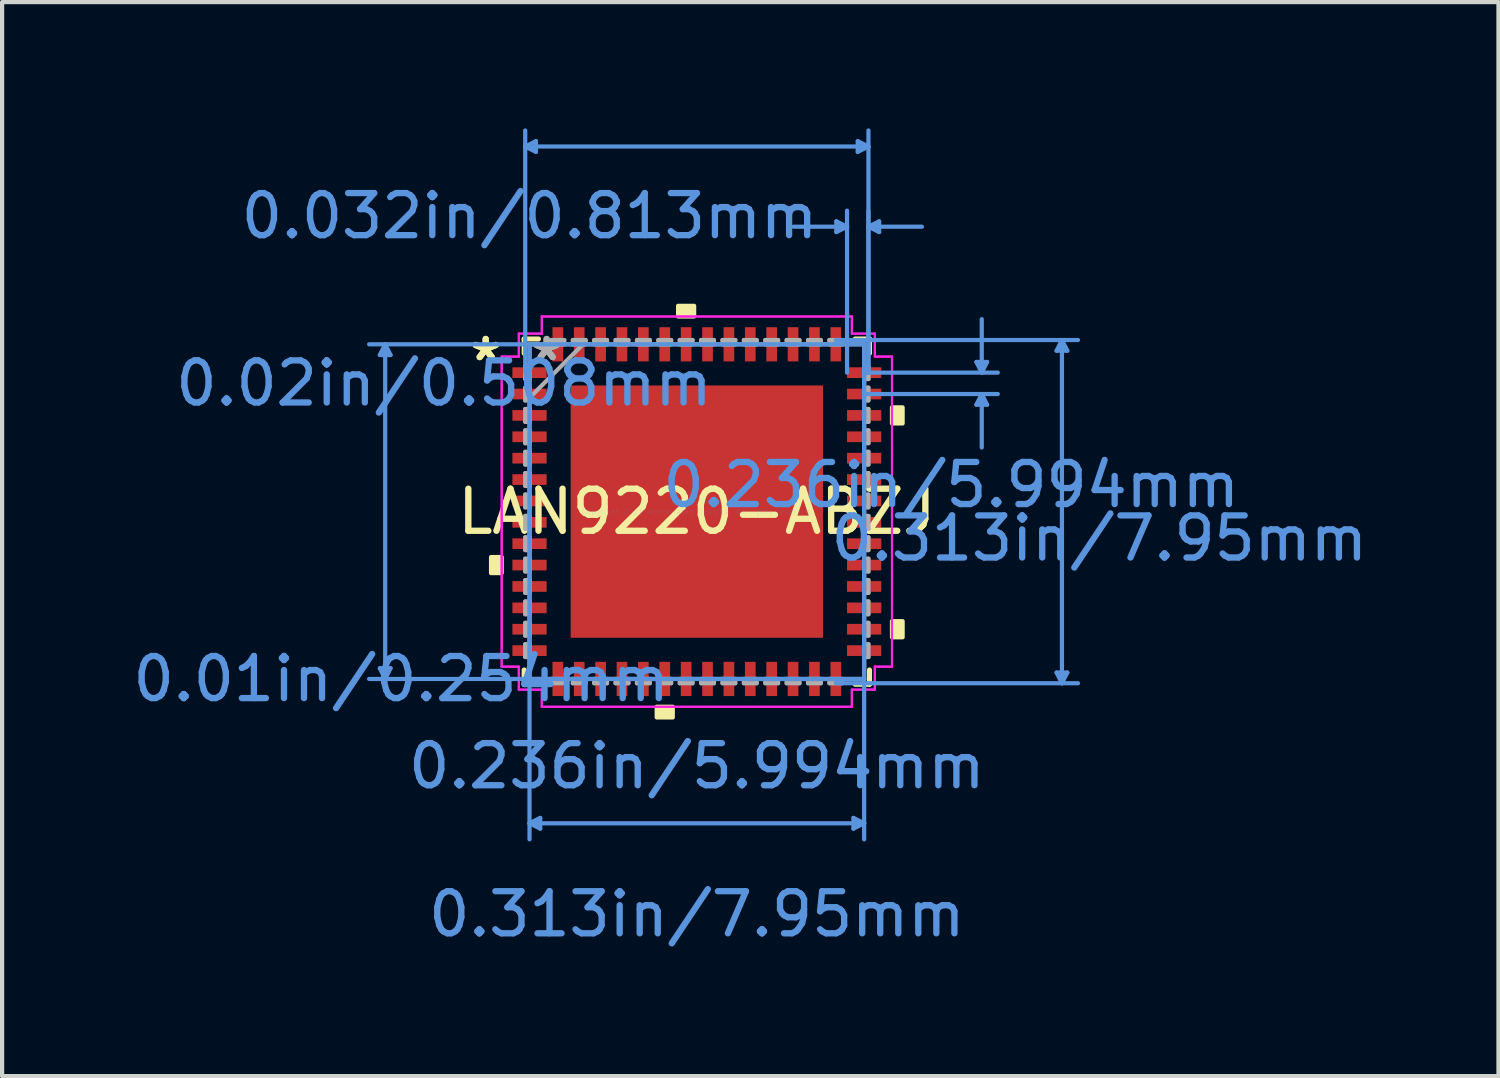
<source format=kicad_pcb>
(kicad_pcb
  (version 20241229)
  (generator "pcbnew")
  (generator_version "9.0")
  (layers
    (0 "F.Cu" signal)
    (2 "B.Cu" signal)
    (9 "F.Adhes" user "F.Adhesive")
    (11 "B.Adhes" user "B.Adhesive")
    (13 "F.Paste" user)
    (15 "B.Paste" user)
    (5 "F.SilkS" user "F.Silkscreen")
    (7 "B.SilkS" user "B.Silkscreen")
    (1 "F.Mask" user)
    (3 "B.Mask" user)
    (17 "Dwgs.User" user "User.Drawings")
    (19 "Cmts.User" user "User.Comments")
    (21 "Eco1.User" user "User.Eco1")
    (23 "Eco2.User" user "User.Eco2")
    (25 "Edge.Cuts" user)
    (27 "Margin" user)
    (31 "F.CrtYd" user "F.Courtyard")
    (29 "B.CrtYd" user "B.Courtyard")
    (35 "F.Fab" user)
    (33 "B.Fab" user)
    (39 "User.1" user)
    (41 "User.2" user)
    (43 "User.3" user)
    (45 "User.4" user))
  (footprint "LAN9220-ABZJ"
    (layer "F.Cu")
    (at 13.505 9.105)
    (property "Reference" "LAN9220-ABZJ" (at 0 0 0) (layer "F.SilkS") (effects (font (size 1 1) (thickness 0.15))))
    (attr through_hole)
    (fp_poly (pts (xy -3.061 -3.061) (xy -2.562 -3.061) (xy -2.562 3.061) (xy -3.061 3.061)) (stroke (width 0.1) (type solid)) (fill yes) (layer "F.Mask"))
    (fp_poly (pts (xy -3.061 -3.061) (xy 3.061 -3.061) (xy 3.061 -2.562) (xy -3.061 -2.562)) (stroke (width 0.1) (type solid)) (fill yes) (layer "F.Mask"))
    (fp_poly (pts (xy -3.061 -2.162) (xy 3.061 -2.162) (xy 3.061 -1.775) (xy -3.061 -1.775)) (stroke (width 0.1) (type solid)) (fill yes) (layer "F.Mask"))
    (fp_poly (pts (xy -3.061 -1.375) (xy 3.061 -1.375) (xy 3.061 -0.987) (xy -3.061 -0.987)) (stroke (width 0.1) (type solid)) (fill yes) (layer "F.Mask"))
    (fp_poly (pts (xy -3.061 -0.587) (xy 3.061 -0.587) (xy 3.061 -0.2) (xy -3.061 -0.2)) (stroke (width 0.1) (type solid)) (fill yes) (layer "F.Mask"))
    (fp_poly (pts (xy -3.061 0.2) (xy 3.061 0.2) (xy 3.061 0.587) (xy -3.061 0.587)) (stroke (width 0.1) (type solid)) (fill yes) (layer "F.Mask"))
    (fp_poly (pts (xy -3.061 0.987) (xy 3.061 0.987) (xy 3.061 1.375) (xy -3.061 1.375)) (stroke (width 0.1) (type solid)) (fill yes) (layer "F.Mask"))
    (fp_poly (pts (xy -3.061 1.775) (xy 3.061 1.775) (xy 3.061 2.162) (xy -3.061 2.162)) (stroke (width 0.1) (type solid)) (fill yes) (layer "F.Mask"))
    (fp_poly (pts (xy -3.061 2.562) (xy 3.061 2.562) (xy 3.061 3.061) (xy -3.061 3.061)) (stroke (width 0.1) (type solid)) (fill yes) (layer "F.Mask"))
    (fp_poly (pts (xy -1.775 -3.061) (xy -2.162 -3.061) (xy -2.162 3.061) (xy -1.775 3.061)) (stroke (width 0.1) (type solid)) (fill yes) (layer "F.Mask"))
    (fp_poly (pts (xy -0.987 -3.061) (xy -1.375 -3.061) (xy -1.375 3.061) (xy -0.987 3.061)) (stroke (width 0.1) (type solid)) (fill yes) (layer "F.Mask"))
    (fp_poly (pts (xy -0.2 -3.061) (xy -0.587 -3.061) (xy -0.587 3.061) (xy -0.2 3.061)) (stroke (width 0.1) (type solid)) (fill yes) (layer "F.Mask"))
    (fp_poly (pts (xy 0.587 -3.061) (xy 0.2 -3.061) (xy 0.2 3.061) (xy 0.587 3.061)) (stroke (width 0.1) (type solid)) (fill yes) (layer "F.Mask"))
    (fp_poly (pts (xy 1.375 -3.061) (xy 0.987 -3.061) (xy 0.987 3.061) (xy 1.375 3.061)) (stroke (width 0.1) (type solid)) (fill yes) (layer "F.Mask"))
    (fp_poly (pts (xy 2.162 -3.061) (xy 1.775 -3.061) (xy 1.775 3.061) (xy 2.162 3.061)) (stroke (width 0.1) (type solid)) (fill yes) (layer "F.Mask"))
    (fp_poly (pts (xy 2.562 -3.061) (xy 3.061 -3.061) (xy 3.061 3.061) (xy 2.562 3.061)) (stroke (width 0.1) (type solid)) (fill yes) (layer "F.Mask"))
    (fp_line (start -4.102 -4.102) (end -4.102 -3.762) (stroke (width 0.12) (type solid)) (layer "F.SilkS"))
    (fp_line (start -4.102 3.762) (end -4.102 4.102) (stroke (width 0.12) (type solid)) (layer "F.SilkS"))
    (fp_line (start -4.102 4.102) (end -3.762 4.102) (stroke (width 0.12) (type solid)) (layer "F.SilkS"))
    (fp_line (start -3.762 -4.102) (end -4.102 -4.102) (stroke (width 0.12) (type solid)) (layer "F.SilkS"))
    (fp_line (start 3.762 4.102) (end 4.102 4.102) (stroke (width 0.12) (type solid)) (layer "F.SilkS"))
    (fp_line (start 4.102 -4.102) (end 3.762 -4.102) (stroke (width 0.12) (type solid)) (layer "F.SilkS"))
    (fp_line (start 4.102 -3.762) (end 4.102 -4.102) (stroke (width 0.12) (type solid)) (layer "F.SilkS"))
    (fp_line (start 4.102 4.102) (end 4.102 3.762) (stroke (width 0.12) (type solid)) (layer "F.SilkS"))
    (fp_poly (pts (xy -4.889 1.079) (xy -4.889 1.46) (xy -4.636 1.46) (xy -4.636 1.079)) (stroke (width 0.1) (type solid)) (fill yes) (layer "F.SilkS"))
    (fp_poly (pts (xy -0.953 4.636) (xy -0.953 4.889) (xy -0.572 4.889) (xy -0.572 4.636)) (stroke (width 0.1) (type solid)) (fill yes) (layer "F.SilkS"))
    (fp_poly (pts (xy -0.445 -4.636) (xy -0.445 -4.889) (xy -0.064 -4.889) (xy -0.064 -4.636)) (stroke (width 0.1) (type solid)) (fill yes) (layer "F.SilkS"))
    (fp_poly (pts (xy 4.889 -2.477) (xy 4.889 -2.095) (xy 4.636 -2.095) (xy 4.636 -2.477)) (stroke (width 0.1) (type solid)) (fill yes) (layer "F.SilkS"))
    (fp_poly (pts (xy 4.889 2.603) (xy 4.889 2.985) (xy 4.636 2.985) (xy 4.636 2.603)) (stroke (width 0.1) (type solid)) (fill yes) (layer "F.SilkS"))
    (fp_poly (pts (xy -2.922 -2.922) (xy -2.922 -2.462) (xy -2.604 -2.462) (xy -2.462 -2.604) (xy -2.462 -2.922)) (stroke (width 0.1) (type solid)) (fill yes) (layer "F.Paste"))
    (fp_poly (pts (xy -2.922 2.462) (xy -2.922 2.922) (xy -2.462 2.922) (xy -2.462 2.604) (xy -2.604 2.462)) (stroke (width 0.1) (type solid)) (fill yes) (layer "F.Paste"))
    (fp_poly (pts (xy 2.462 -2.922) (xy 2.462 -2.604) (xy 2.604 -2.462) (xy 2.922 -2.462) (xy 2.922 -2.922)) (stroke (width 0.1) (type solid)) (fill yes) (layer "F.Paste"))
    (fp_poly (pts (xy 2.604 2.462) (xy 2.462 2.604) (xy 2.462 2.922) (xy 2.922 2.922) (xy 2.922 2.462)) (stroke (width 0.1) (type solid)) (fill yes) (layer "F.Paste"))
    (fp_poly (pts (xy -2.922 -2.262) (xy -2.922 -1.675) (xy -2.604 -1.675) (xy -2.462 -1.816) (xy -2.462 -2.121) (xy -2.604 -2.262)) (stroke (width 0.1) (type solid)) (fill yes) (layer "F.Paste"))
    (fp_poly (pts (xy -2.922 -1.475) (xy -2.922 -0.887) (xy -2.604 -0.887) (xy -2.462 -1.029) (xy -2.462 -1.333) (xy -2.604 -1.475)) (stroke (width 0.1) (type solid)) (fill yes) (layer "F.Paste"))
    (fp_poly (pts (xy -2.922 -0.687) (xy -2.922 -0.1) (xy -2.604 -0.1) (xy -2.462 -0.241) (xy -2.462 -0.546) (xy -2.604 -0.687)) (stroke (width 0.1) (type solid)) (fill yes) (layer "F.Paste"))
    (fp_poly (pts (xy -2.922 0.1) (xy -2.922 0.687) (xy -2.604 0.687) (xy -2.462 0.546) (xy -2.462 0.241) (xy -2.604 0.1)) (stroke (width 0.1) (type solid)) (fill yes) (layer "F.Paste"))
    (fp_poly (pts (xy -2.922 0.887) (xy -2.922 1.475) (xy -2.604 1.475) (xy -2.462 1.333) (xy -2.462 1.029) (xy -2.604 0.887)) (stroke (width 0.1) (type solid)) (fill yes) (layer "F.Paste"))
    (fp_poly (pts (xy -2.922 1.675) (xy -2.922 2.262) (xy -2.604 2.262) (xy -2.462 2.121) (xy -2.462 1.816) (xy -2.604 1.675)) (stroke (width 0.1) (type solid)) (fill yes) (layer "F.Paste"))
    (fp_poly (pts (xy -2.262 -2.922) (xy -2.262 -2.604) (xy -2.121 -2.462) (xy -1.816 -2.462) (xy -1.675 -2.604) (xy -1.675 -2.922)) (stroke (width 0.1) (type solid)) (fill yes) (layer "F.Paste"))
    (fp_poly (pts (xy -2.121 2.462) (xy -2.262 2.604) (xy -2.262 2.922) (xy -1.675 2.922) (xy -1.675 2.604) (xy -1.816 2.462)) (stroke (width 0.1) (type solid)) (fill yes) (layer "F.Paste"))
    (fp_poly (pts (xy -1.475 -2.922) (xy -1.475 -2.604) (xy -1.333 -2.462) (xy -1.029 -2.462) (xy -0.887 -2.604) (xy -0.887 -2.922)) (stroke (width 0.1) (type solid)) (fill yes) (layer "F.Paste"))
    (fp_poly (pts (xy -1.333 2.462) (xy -1.475 2.604) (xy -1.475 2.922) (xy -0.887 2.922) (xy -0.887 2.604) (xy -1.029 2.462)) (stroke (width 0.1) (type solid)) (fill yes) (layer "F.Paste"))
    (fp_poly (pts (xy -0.687 -2.922) (xy -0.687 -2.604) (xy -0.546 -2.462) (xy -0.241 -2.462) (xy -0.1 -2.604) (xy -0.1 -2.922)) (stroke (width 0.1) (type solid)) (fill yes) (layer "F.Paste"))
    (fp_poly (pts (xy -0.546 2.462) (xy -0.687 2.604) (xy -0.687 2.922) (xy -0.1 2.922) (xy -0.1 2.604) (xy -0.241 2.462)) (stroke (width 0.1) (type solid)) (fill yes) (layer "F.Paste"))
    (fp_poly (pts (xy 0.1 -2.922) (xy 0.1 -2.604) (xy 0.241 -2.462) (xy 0.546 -2.462) (xy 0.687 -2.604) (xy 0.687 -2.922)) (stroke (width 0.1) (type solid)) (fill yes) (layer "F.Paste"))
    (fp_poly (pts (xy 0.241 2.462) (xy 0.1 2.604) (xy 0.1 2.922) (xy 0.687 2.922) (xy 0.687 2.604) (xy 0.546 2.462)) (stroke (width 0.1) (type solid)) (fill yes) (layer "F.Paste"))
    (fp_poly (pts (xy 0.887 -2.922) (xy 0.887 -2.604) (xy 1.029 -2.462) (xy 1.333 -2.462) (xy 1.475 -2.604) (xy 1.475 -2.922)) (stroke (width 0.1) (type solid)) (fill yes) (layer "F.Paste"))
    (fp_poly (pts (xy 1.029 2.462) (xy 0.887 2.604) (xy 0.887 2.922) (xy 1.475 2.922) (xy 1.475 2.604) (xy 1.333 2.462)) (stroke (width 0.1) (type solid)) (fill yes) (layer "F.Paste"))
    (fp_poly (pts (xy 1.675 -2.922) (xy 1.675 -2.604) (xy 1.816 -2.462) (xy 2.121 -2.462) (xy 2.262 -2.604) (xy 2.262 -2.922)) (stroke (width 0.1) (type solid)) (fill yes) (layer "F.Paste"))
    (fp_poly (pts (xy 1.816 2.462) (xy 1.675 2.604) (xy 1.675 2.922) (xy 2.262 2.922) (xy 2.262 2.604) (xy 2.121 2.462)) (stroke (width 0.1) (type solid)) (fill yes) (layer "F.Paste"))
    (fp_poly (pts (xy 2.604 -2.262) (xy 2.462 -2.121) (xy 2.462 -1.816) (xy 2.604 -1.675) (xy 2.922 -1.675) (xy 2.922 -2.262)) (stroke (width 0.1) (type solid)) (fill yes) (layer "F.Paste"))
    (fp_poly (pts (xy 2.604 -1.475) (xy 2.462 -1.333) (xy 2.462 -1.029) (xy 2.604 -0.887) (xy 2.922 -0.887) (xy 2.922 -1.475)) (stroke (width 0.1) (type solid)) (fill yes) (layer "F.Paste"))
    (fp_poly (pts (xy 2.604 -0.687) (xy 2.462 -0.546) (xy 2.462 -0.241) (xy 2.604 -0.1) (xy 2.922 -0.1) (xy 2.922 -0.687)) (stroke (width 0.1) (type solid)) (fill yes) (layer "F.Paste"))
    (fp_poly (pts (xy 2.604 0.1) (xy 2.462 0.241) (xy 2.462 0.546) (xy 2.604 0.687) (xy 2.922 0.687) (xy 2.922 0.1)) (stroke (width 0.1) (type solid)) (fill yes) (layer "F.Paste"))
    (fp_poly (pts (xy 2.604 0.887) (xy 2.462 1.029) (xy 2.462 1.333) (xy 2.604 1.475) (xy 2.922 1.475) (xy 2.922 0.887)) (stroke (width 0.1) (type solid)) (fill yes) (layer "F.Paste"))
    (fp_poly (pts (xy 2.604 1.675) (xy 2.462 1.816) (xy 2.462 2.121) (xy 2.604 2.262) (xy 2.922 2.262) (xy 2.922 1.675)) (stroke (width 0.1) (type solid)) (fill yes) (layer "F.Paste"))
    (fp_poly (pts (xy -2.121 -2.262) (xy -2.262 -2.121) (xy -2.262 -1.816) (xy -2.121 -1.675) (xy -1.816 -1.675) (xy -1.675 -1.816) (xy -1.675 -2.121) (xy -1.816 -2.262)) (stroke (width 0.1) (type solid)) (fill yes) (layer "F.Paste"))
    (fp_poly (pts (xy -2.121 -1.475) (xy -2.262 -1.333) (xy -2.262 -1.029) (xy -2.121 -0.887) (xy -1.816 -0.887) (xy -1.675 -1.029) (xy -1.675 -1.333) (xy -1.816 -1.475)) (stroke (width 0.1) (type solid)) (fill yes) (layer "F.Paste"))
    (fp_poly (pts (xy -2.121 -0.687) (xy -2.262 -0.546) (xy -2.262 -0.241) (xy -2.121 -0.1) (xy -1.816 -0.1) (xy -1.675 -0.241) (xy -1.675 -0.546) (xy -1.816 -0.687)) (stroke (width 0.1) (type solid)) (fill yes) (layer "F.Paste"))
    (fp_poly (pts (xy -2.121 0.1) (xy -2.262 0.241) (xy -2.262 0.546) (xy -2.121 0.687) (xy -1.816 0.687) (xy -1.675 0.546) (xy -1.675 0.241) (xy -1.816 0.1)) (stroke (width 0.1) (type solid)) (fill yes) (layer "F.Paste"))
    (fp_poly (pts (xy -2.121 0.887) (xy -2.262 1.029) (xy -2.262 1.333) (xy -2.121 1.475) (xy -1.816 1.475) (xy -1.675 1.333) (xy -1.675 1.029) (xy -1.816 0.887)) (stroke (width 0.1) (type solid)) (fill yes) (layer "F.Paste"))
    (fp_poly (pts (xy -2.121 1.675) (xy -2.262 1.816) (xy -2.262 2.121) (xy -2.121 2.262) (xy -1.816 2.262) (xy -1.675 2.121) (xy -1.675 1.816) (xy -1.816 1.675)) (stroke (width 0.1) (type solid)) (fill yes) (layer "F.Paste"))
    (fp_poly (pts (xy -1.333 -2.262) (xy -1.475 -2.121) (xy -1.475 -1.816) (xy -1.333 -1.675) (xy -1.029 -1.675) (xy -0.887 -1.816) (xy -0.887 -2.121) (xy -1.029 -2.262)) (stroke (width 0.1) (type solid)) (fill yes) (layer "F.Paste"))
    (fp_poly (pts (xy -1.333 -1.475) (xy -1.475 -1.333) (xy -1.475 -1.029) (xy -1.333 -0.887) (xy -1.029 -0.887) (xy -0.887 -1.029) (xy -0.887 -1.333) (xy -1.029 -1.475)) (stroke (width 0.1) (type solid)) (fill yes) (layer "F.Paste"))
    (fp_poly (pts (xy -1.333 -0.687) (xy -1.475 -0.546) (xy -1.475 -0.241) (xy -1.333 -0.1) (xy -1.029 -0.1) (xy -0.887 -0.241) (xy -0.887 -0.546) (xy -1.029 -0.687)) (stroke (width 0.1) (type solid)) (fill yes) (layer "F.Paste"))
    (fp_poly (pts (xy -1.333 0.1) (xy -1.475 0.241) (xy -1.475 0.546) (xy -1.333 0.687) (xy -1.029 0.687) (xy -0.887 0.546) (xy -0.887 0.241) (xy -1.029 0.1)) (stroke (width 0.1) (type solid)) (fill yes) (layer "F.Paste"))
    (fp_poly (pts (xy -1.333 0.887) (xy -1.475 1.029) (xy -1.475 1.333) (xy -1.333 1.475) (xy -1.029 1.475) (xy -0.887 1.333) (xy -0.887 1.029) (xy -1.029 0.887)) (stroke (width 0.1) (type solid)) (fill yes) (layer "F.Paste"))
    (fp_poly (pts (xy -1.333 1.675) (xy -1.475 1.816) (xy -1.475 2.121) (xy -1.333 2.262) (xy -1.029 2.262) (xy -0.887 2.121) (xy -0.887 1.816) (xy -1.029 1.675)) (stroke (width 0.1) (type solid)) (fill yes) (layer "F.Paste"))
    (fp_poly (pts (xy -0.546 -2.262) (xy -0.687 -2.121) (xy -0.687 -1.816) (xy -0.546 -1.675) (xy -0.241 -1.675) (xy -0.1 -1.816) (xy -0.1 -2.121) (xy -0.241 -2.262)) (stroke (width 0.1) (type solid)) (fill yes) (layer "F.Paste"))
    (fp_poly (pts (xy -0.546 -1.475) (xy -0.687 -1.333) (xy -0.687 -1.029) (xy -0.546 -0.887) (xy -0.241 -0.887) (xy -0.1 -1.029) (xy -0.1 -1.333) (xy -0.241 -1.475)) (stroke (width 0.1) (type solid)) (fill yes) (layer "F.Paste"))
    (fp_poly (pts (xy -0.546 -0.687) (xy -0.687 -0.546) (xy -0.687 -0.241) (xy -0.546 -0.1) (xy -0.241 -0.1) (xy -0.1 -0.241) (xy -0.1 -0.546) (xy -0.241 -0.687)) (stroke (width 0.1) (type solid)) (fill yes) (layer "F.Paste"))
    (fp_poly (pts (xy -0.546 0.1) (xy -0.687 0.241) (xy -0.687 0.546) (xy -0.546 0.687) (xy -0.241 0.687) (xy -0.1 0.546) (xy -0.1 0.241) (xy -0.241 0.1)) (stroke (width 0.1) (type solid)) (fill yes) (layer "F.Paste"))
    (fp_poly (pts (xy -0.546 0.887) (xy -0.687 1.029) (xy -0.687 1.333) (xy -0.546 1.475) (xy -0.241 1.475) (xy -0.1 1.333) (xy -0.1 1.029) (xy -0.241 0.887)) (stroke (width 0.1) (type solid)) (fill yes) (layer "F.Paste"))
    (fp_poly (pts (xy -0.546 1.675) (xy -0.687 1.816) (xy -0.687 2.121) (xy -0.546 2.262) (xy -0.241 2.262) (xy -0.1 2.121) (xy -0.1 1.816) (xy -0.241 1.675)) (stroke (width 0.1) (type solid)) (fill yes) (layer "F.Paste"))
    (fp_poly (pts (xy 0.241 -2.262) (xy 0.1 -2.121) (xy 0.1 -1.816) (xy 0.241 -1.675) (xy 0.546 -1.675) (xy 0.687 -1.816) (xy 0.687 -2.121) (xy 0.546 -2.262)) (stroke (width 0.1) (type solid)) (fill yes) (layer "F.Paste"))
    (fp_poly (pts (xy 0.241 -1.475) (xy 0.1 -1.333) (xy 0.1 -1.029) (xy 0.241 -0.887) (xy 0.546 -0.887) (xy 0.687 -1.029) (xy 0.687 -1.333) (xy 0.546 -1.475)) (stroke (width 0.1) (type solid)) (fill yes) (layer "F.Paste"))
    (fp_poly (pts (xy 0.241 -0.687) (xy 0.1 -0.546) (xy 0.1 -0.241) (xy 0.241 -0.1) (xy 0.546 -0.1) (xy 0.687 -0.241) (xy 0.687 -0.546) (xy 0.546 -0.687)) (stroke (width 0.1) (type solid)) (fill yes) (layer "F.Paste"))
    (fp_poly (pts (xy 0.241 0.1) (xy 0.1 0.241) (xy 0.1 0.546) (xy 0.241 0.687) (xy 0.546 0.687) (xy 0.687 0.546) (xy 0.687 0.241) (xy 0.546 0.1)) (stroke (width 0.1) (type solid)) (fill yes) (layer "F.Paste"))
    (fp_poly (pts (xy 0.241 0.887) (xy 0.1 1.029) (xy 0.1 1.333) (xy 0.241 1.475) (xy 0.546 1.475) (xy 0.687 1.333) (xy 0.687 1.029) (xy 0.546 0.887)) (stroke (width 0.1) (type solid)) (fill yes) (layer "F.Paste"))
    (fp_poly (pts (xy 0.241 1.675) (xy 0.1 1.816) (xy 0.1 2.121) (xy 0.241 2.262) (xy 0.546 2.262) (xy 0.687 2.121) (xy 0.687 1.816) (xy 0.546 1.675)) (stroke (width 0.1) (type solid)) (fill yes) (layer "F.Paste"))
    (fp_poly (pts (xy 1.029 -2.262) (xy 0.887 -2.121) (xy 0.887 -1.816) (xy 1.029 -1.675) (xy 1.333 -1.675) (xy 1.475 -1.816) (xy 1.475 -2.121) (xy 1.333 -2.262)) (stroke (width 0.1) (type solid)) (fill yes) (layer "F.Paste"))
    (fp_poly (pts (xy 1.029 -1.475) (xy 0.887 -1.333) (xy 0.887 -1.029) (xy 1.029 -0.887) (xy 1.333 -0.887) (xy 1.475 -1.029) (xy 1.475 -1.333) (xy 1.333 -1.475)) (stroke (width 0.1) (type solid)) (fill yes) (layer "F.Paste"))
    (fp_poly (pts (xy 1.029 -0.687) (xy 0.887 -0.546) (xy 0.887 -0.241) (xy 1.029 -0.1) (xy 1.333 -0.1) (xy 1.475 -0.241) (xy 1.475 -0.546) (xy 1.333 -0.687)) (stroke (width 0.1) (type solid)) (fill yes) (layer "F.Paste"))
    (fp_poly (pts (xy 1.029 0.1) (xy 0.887 0.241) (xy 0.887 0.546) (xy 1.029 0.687) (xy 1.333 0.687) (xy 1.475 0.546) (xy 1.475 0.241) (xy 1.333 0.1)) (stroke (width 0.1) (type solid)) (fill yes) (layer "F.Paste"))
    (fp_poly (pts (xy 1.029 0.887) (xy 0.887 1.029) (xy 0.887 1.333) (xy 1.029 1.475) (xy 1.333 1.475) (xy 1.475 1.333) (xy 1.475 1.029) (xy 1.333 0.887)) (stroke (width 0.1) (type solid)) (fill yes) (layer "F.Paste"))
    (fp_poly (pts (xy 1.029 1.675) (xy 0.887 1.816) (xy 0.887 2.121) (xy 1.029 2.262) (xy 1.333 2.262) (xy 1.475 2.121) (xy 1.475 1.816) (xy 1.333 1.675)) (stroke (width 0.1) (type solid)) (fill yes) (layer "F.Paste"))
    (fp_poly (pts (xy 1.816 -2.262) (xy 1.675 -2.121) (xy 1.675 -1.816) (xy 1.816 -1.675) (xy 2.121 -1.675) (xy 2.262 -1.816) (xy 2.262 -2.121) (xy 2.121 -2.262)) (stroke (width 0.1) (type solid)) (fill yes) (layer "F.Paste"))
    (fp_poly (pts (xy 1.816 -1.475) (xy 1.675 -1.333) (xy 1.675 -1.029) (xy 1.816 -0.887) (xy 2.121 -0.887) (xy 2.262 -1.029) (xy 2.262 -1.333) (xy 2.121 -1.475)) (stroke (width 0.1) (type solid)) (fill yes) (layer "F.Paste"))
    (fp_poly (pts (xy 1.816 -0.687) (xy 1.675 -0.546) (xy 1.675 -0.241) (xy 1.816 -0.1) (xy 2.121 -0.1) (xy 2.262 -0.241) (xy 2.262 -0.546) (xy 2.121 -0.687)) (stroke (width 0.1) (type solid)) (fill yes) (layer "F.Paste"))
    (fp_poly (pts (xy 1.816 0.1) (xy 1.675 0.241) (xy 1.675 0.546) (xy 1.816 0.687) (xy 2.121 0.687) (xy 2.262 0.546) (xy 2.262 0.241) (xy 2.121 0.1)) (stroke (width 0.1) (type solid)) (fill yes) (layer "F.Paste"))
    (fp_poly (pts (xy 1.816 0.887) (xy 1.675 1.029) (xy 1.675 1.333) (xy 1.816 1.475) (xy 2.121 1.475) (xy 2.262 1.333) (xy 2.262 1.029) (xy 2.121 0.887)) (stroke (width 0.1) (type solid)) (fill yes) (layer "F.Paste"))
    (fp_poly (pts (xy 1.816 1.675) (xy 1.675 1.816) (xy 1.675 2.121) (xy 1.816 2.262) (xy 2.121 2.262) (xy 2.262 2.121) (xy 2.262 1.816) (xy 2.121 1.675)) (stroke (width 0.1) (type solid)) (fill yes) (layer "F.Paste"))
    (fp_line (start -7.531 -3.721) (end -7.277 -3.721) (stroke (width 0.1) (type solid)) (layer "Cmts.User"))
    (fp_line (start -7.531 3.721) (end -7.277 3.721) (stroke (width 0.1) (type solid)) (layer "Cmts.User"))
    (fp_line (start -7.404 -3.975) (end -7.531 -3.721) (stroke (width 0.1) (type solid)) (layer "Cmts.User"))
    (fp_line (start -7.404 -3.975) (end -7.404 3.975) (stroke (width 0.1) (type solid)) (layer "Cmts.User"))
    (fp_line (start -7.404 -3.975) (end -7.277 -3.721) (stroke (width 0.1) (type solid)) (layer "Cmts.User"))
    (fp_line (start -7.404 3.975) (end -7.531 3.721) (stroke (width 0.1) (type solid)) (layer "Cmts.User"))
    (fp_line (start -7.404 3.975) (end -7.277 3.721) (stroke (width 0.1) (type solid)) (layer "Cmts.User"))
    (fp_line (start -4.077 -8.674) (end -3.823 -8.801) (stroke (width 0.1) (type solid)) (layer "Cmts.User"))
    (fp_line (start -4.077 -8.674) (end -3.823 -8.547) (stroke (width 0.1) (type solid)) (layer "Cmts.User"))
    (fp_line (start -4.077 -8.674) (end 4.077 -8.674) (stroke (width 0.1) (type solid)) (layer "Cmts.User"))
    (fp_line (start -4.077 -3.302) (end -4.077 -9.055) (stroke (width 0.1) (type solid)) (layer "Cmts.User"))
    (fp_line (start -3.975 -3.975) (end -3.975 7.785) (stroke (width 0.1) (type solid)) (layer "Cmts.User"))
    (fp_line (start -3.975 7.404) (end -3.721 7.277) (stroke (width 0.1) (type solid)) (layer "Cmts.User"))
    (fp_line (start -3.975 7.404) (end -3.721 7.531) (stroke (width 0.1) (type solid)) (layer "Cmts.User"))
    (fp_line (start -3.975 7.404) (end 3.975 7.404) (stroke (width 0.1) (type solid)) (layer "Cmts.User"))
    (fp_line (start -3.823 -8.801) (end -3.823 -8.547) (stroke (width 0.1) (type solid)) (layer "Cmts.User"))
    (fp_line (start -3.721 7.277) (end -3.721 7.531) (stroke (width 0.1) (type solid)) (layer "Cmts.User"))
    (fp_line (start 3.302 -4.077) (end 9.055 -4.077) (stroke (width 0.1) (type solid)) (layer "Cmts.User"))
    (fp_line (start 3.302 4.077) (end 9.055 4.077) (stroke (width 0.1) (type solid)) (layer "Cmts.User"))
    (fp_line (start 3.315 -6.896) (end 3.315 -6.642) (stroke (width 0.1) (type solid)) (layer "Cmts.User"))
    (fp_line (start 3.569 -6.769) (end 2.299 -6.769) (stroke (width 0.1) (type solid)) (layer "Cmts.User"))
    (fp_line (start 3.569 -6.769) (end 3.315 -6.896) (stroke (width 0.1) (type solid)) (layer "Cmts.User"))
    (fp_line (start 3.569 -6.769) (end 3.315 -6.642) (stroke (width 0.1) (type solid)) (layer "Cmts.User"))
    (fp_line (start 3.569 -3.302) (end 3.569 -7.15) (stroke (width 0.1) (type solid)) (layer "Cmts.User"))
    (fp_line (start 3.721 7.277) (end 3.721 7.531) (stroke (width 0.1) (type solid)) (layer "Cmts.User"))
    (fp_line (start 3.823 -8.801) (end 3.823 -8.547) (stroke (width 0.1) (type solid)) (layer "Cmts.User"))
    (fp_line (start 3.975 -3.975) (end -7.785 -3.975) (stroke (width 0.1) (type solid)) (layer "Cmts.User"))
    (fp_line (start 3.975 -3.975) (end 3.975 7.785) (stroke (width 0.1) (type solid)) (layer "Cmts.User"))
    (fp_line (start 3.975 -3.302) (end 7.15 -3.302) (stroke (width 0.1) (type solid)) (layer "Cmts.User"))
    (fp_line (start 3.975 -2.794) (end 7.15 -2.794) (stroke (width 0.1) (type solid)) (layer "Cmts.User"))
    (fp_line (start 3.975 3.975) (end -7.785 3.975) (stroke (width 0.1) (type solid)) (layer "Cmts.User"))
    (fp_line (start 3.975 7.404) (end 3.721 7.277) (stroke (width 0.1) (type solid)) (layer "Cmts.User"))
    (fp_line (start 3.975 7.404) (end 3.721 7.531) (stroke (width 0.1) (type solid)) (layer "Cmts.User"))
    (fp_line (start 4.077 -8.674) (end 3.823 -8.801) (stroke (width 0.1) (type solid)) (layer "Cmts.User"))
    (fp_line (start 4.077 -8.674) (end 3.823 -8.547) (stroke (width 0.1) (type solid)) (layer "Cmts.User"))
    (fp_line (start 4.077 -6.769) (end 4.331 -6.896) (stroke (width 0.1) (type solid)) (layer "Cmts.User"))
    (fp_line (start 4.077 -6.769) (end 4.331 -6.642) (stroke (width 0.1) (type solid)) (layer "Cmts.User"))
    (fp_line (start 4.077 -6.769) (end 5.347 -6.769) (stroke (width 0.1) (type solid)) (layer "Cmts.User"))
    (fp_line (start 4.077 -3.302) (end 4.077 -9.055) (stroke (width 0.1) (type solid)) (layer "Cmts.User"))
    (fp_line (start 4.077 -3.302) (end 4.077 -7.15) (stroke (width 0.1) (type solid)) (layer "Cmts.User"))
    (fp_line (start 4.331 -6.896) (end 4.331 -6.642) (stroke (width 0.1) (type solid)) (layer "Cmts.User"))
    (fp_line (start 6.642 -3.556) (end 6.896 -3.556) (stroke (width 0.1) (type solid)) (layer "Cmts.User"))
    (fp_line (start 6.642 -2.54) (end 6.896 -2.54) (stroke (width 0.1) (type solid)) (layer "Cmts.User"))
    (fp_line (start 6.769 -3.302) (end 6.642 -3.556) (stroke (width 0.1) (type solid)) (layer "Cmts.User"))
    (fp_line (start 6.769 -3.302) (end 6.769 -4.572) (stroke (width 0.1) (type solid)) (layer "Cmts.User"))
    (fp_line (start 6.769 -3.302) (end 6.896 -3.556) (stroke (width 0.1) (type solid)) (layer "Cmts.User"))
    (fp_line (start 6.769 -2.794) (end 6.642 -2.54) (stroke (width 0.1) (type solid)) (layer "Cmts.User"))
    (fp_line (start 6.769 -2.794) (end 6.769 -1.524) (stroke (width 0.1) (type solid)) (layer "Cmts.User"))
    (fp_line (start 6.769 -2.794) (end 6.896 -2.54) (stroke (width 0.1) (type solid)) (layer "Cmts.User"))
    (fp_line (start 8.547 -3.823) (end 8.801 -3.823) (stroke (width 0.1) (type solid)) (layer "Cmts.User"))
    (fp_line (start 8.547 3.823) (end 8.801 3.823) (stroke (width 0.1) (type solid)) (layer "Cmts.User"))
    (fp_line (start 8.674 -4.077) (end 8.547 -3.823) (stroke (width 0.1) (type solid)) (layer "Cmts.User"))
    (fp_line (start 8.674 -4.077) (end 8.674 4.077) (stroke (width 0.1) (type solid)) (layer "Cmts.User"))
    (fp_line (start 8.674 -4.077) (end 8.801 -3.823) (stroke (width 0.1) (type solid)) (layer "Cmts.User"))
    (fp_line (start 8.674 4.077) (end 8.547 3.823) (stroke (width 0.1) (type solid)) (layer "Cmts.User"))
    (fp_line (start 8.674 4.077) (end 8.801 3.823) (stroke (width 0.1) (type solid)) (layer "Cmts.User"))
    (fp_circle (center -2.362 -2.362) (end -1.981 -2.362) (stroke (width 0.152) (type solid)) (fill no) (layer "Eco1.User"))
    (fp_circle (center -2.362 -1.575) (end -1.981 -1.575) (stroke (width 0.152) (type solid)) (fill no) (layer "Eco1.User"))
    (fp_circle (center -2.362 -0.787) (end -1.981 -0.787) (stroke (width 0.152) (type solid)) (fill no) (layer "Eco1.User"))
    (fp_circle (center -2.362 0) (end -1.981 0) (stroke (width 0.152) (type solid)) (fill no) (layer "Eco1.User"))
    (fp_circle (center -2.362 0.787) (end -1.981 0.787) (stroke (width 0.152) (type solid)) (fill no) (layer "Eco1.User"))
    (fp_circle (center -2.362 1.575) (end -1.981 1.575) (stroke (width 0.152) (type solid)) (fill no) (layer "Eco1.User"))
    (fp_circle (center -2.362 2.362) (end -1.981 2.362) (stroke (width 0.152) (type solid)) (fill no) (layer "Eco1.User"))
    (fp_circle (center -1.575 -2.362) (end -1.194 -2.362) (stroke (width 0.152) (type solid)) (fill no) (layer "Eco1.User"))
    (fp_circle (center -1.575 -1.575) (end -1.194 -1.575) (stroke (width 0.152) (type solid)) (fill no) (layer "Eco1.User"))
    (fp_circle (center -1.575 -0.787) (end -1.194 -0.787) (stroke (width 0.152) (type solid)) (fill no) (layer "Eco1.User"))
    (fp_circle (center -1.575 0) (end -1.194 0) (stroke (width 0.152) (type solid)) (fill no) (layer "Eco1.User"))
    (fp_circle (center -1.575 0.787) (end -1.194 0.787) (stroke (width 0.152) (type solid)) (fill no) (layer "Eco1.User"))
    (fp_circle (center -1.575 1.575) (end -1.194 1.575) (stroke (width 0.152) (type solid)) (fill no) (layer "Eco1.User"))
    (fp_circle (center -1.575 2.362) (end -1.194 2.362) (stroke (width 0.152) (type solid)) (fill no) (layer "Eco1.User"))
    (fp_circle (center -0.787 -2.362) (end -0.406 -2.362) (stroke (width 0.152) (type solid)) (fill no) (layer "Eco1.User"))
    (fp_circle (center -0.787 -1.575) (end -0.406 -1.575) (stroke (width 0.152) (type solid)) (fill no) (layer "Eco1.User"))
    (fp_circle (center -0.787 -0.787) (end -0.406 -0.787) (stroke (width 0.152) (type solid)) (fill no) (layer "Eco1.User"))
    (fp_circle (center -0.787 0) (end -0.406 0) (stroke (width 0.152) (type solid)) (fill no) (layer "Eco1.User"))
    (fp_circle (center -0.787 0.787) (end -0.406 0.787) (stroke (width 0.152) (type solid)) (fill no) (layer "Eco1.User"))
    (fp_circle (center -0.787 1.575) (end -0.406 1.575) (stroke (width 0.152) (type solid)) (fill no) (layer "Eco1.User"))
    (fp_circle (center -0.787 2.362) (end -0.406 2.362) (stroke (width 0.152) (type solid)) (fill no) (layer "Eco1.User"))
    (fp_circle (center 0 -2.362) (end 0.381 -2.362) (stroke (width 0.152) (type solid)) (fill no) (layer "Eco1.User"))
    (fp_circle (center 0 -1.575) (end 0.381 -1.575) (stroke (width 0.152) (type solid)) (fill no) (layer "Eco1.User"))
    (fp_circle (center 0 -0.787) (end 0.381 -0.787) (stroke (width 0.152) (type solid)) (fill no) (layer "Eco1.User"))
    (fp_circle (center 0 0) (end 0.381 0) (stroke (width 0.152) (type solid)) (fill no) (layer "Eco1.User"))
    (fp_circle (center 0 0.787) (end 0.381 0.787) (stroke (width 0.152) (type solid)) (fill no) (layer "Eco1.User"))
    (fp_circle (center 0 1.575) (end 0.381 1.575) (stroke (width 0.152) (type solid)) (fill no) (layer "Eco1.User"))
    (fp_circle (center 0 2.362) (end 0.381 2.362) (stroke (width 0.152) (type solid)) (fill no) (layer "Eco1.User"))
    (fp_circle (center 0.787 -2.362) (end 1.168 -2.362) (stroke (width 0.152) (type solid)) (fill no) (layer "Eco1.User"))
    (fp_circle (center 0.787 -1.575) (end 1.168 -1.575) (stroke (width 0.152) (type solid)) (fill no) (layer "Eco1.User"))
    (fp_circle (center 0.787 -0.787) (end 1.168 -0.787) (stroke (width 0.152) (type solid)) (fill no) (layer "Eco1.User"))
    (fp_circle (center 0.787 0) (end 1.168 0) (stroke (width 0.152) (type solid)) (fill no) (layer "Eco1.User"))
    (fp_circle (center 0.787 0.787) (end 1.168 0.787) (stroke (width 0.152) (type solid)) (fill no) (layer "Eco1.User"))
    (fp_circle (center 0.787 1.575) (end 1.168 1.575) (stroke (width 0.152) (type solid)) (fill no) (layer "Eco1.User"))
    (fp_circle (center 0.787 2.362) (end 1.168 2.362) (stroke (width 0.152) (type solid)) (fill no) (layer "Eco1.User"))
    (fp_circle (center 1.575 -2.362) (end 1.956 -2.362) (stroke (width 0.152) (type solid)) (fill no) (layer "Eco1.User"))
    (fp_circle (center 1.575 -1.575) (end 1.956 -1.575) (stroke (width 0.152) (type solid)) (fill no) (layer "Eco1.User"))
    (fp_circle (center 1.575 -0.787) (end 1.956 -0.787) (stroke (width 0.152) (type solid)) (fill no) (layer "Eco1.User"))
    (fp_circle (center 1.575 0) (end 1.956 0) (stroke (width 0.152) (type solid)) (fill no) (layer "Eco1.User"))
    (fp_circle (center 1.575 0.787) (end 1.956 0.787) (stroke (width 0.152) (type solid)) (fill no) (layer "Eco1.User"))
    (fp_circle (center 1.575 1.575) (end 1.956 1.575) (stroke (width 0.152) (type solid)) (fill no) (layer "Eco1.User"))
    (fp_circle (center 1.575 2.362) (end 1.956 2.362) (stroke (width 0.152) (type solid)) (fill no) (layer "Eco1.User"))
    (fp_circle (center 2.362 -2.362) (end 2.743 -2.362) (stroke (width 0.152) (type solid)) (fill no) (layer "Eco1.User"))
    (fp_circle (center 2.362 -1.575) (end 2.743 -1.575) (stroke (width 0.152) (type solid)) (fill no) (layer "Eco1.User"))
    (fp_circle (center 2.362 -0.787) (end 2.743 -0.787) (stroke (width 0.152) (type solid)) (fill no) (layer "Eco1.User"))
    (fp_circle (center 2.362 0) (end 2.743 0) (stroke (width 0.152) (type solid)) (fill no) (layer "Eco1.User"))
    (fp_circle (center 2.362 0.787) (end 2.743 0.787) (stroke (width 0.152) (type solid)) (fill no) (layer "Eco1.User"))
    (fp_circle (center 2.362 1.575) (end 2.743 1.575) (stroke (width 0.152) (type solid)) (fill no) (layer "Eco1.User"))
    (fp_circle (center 2.362 2.362) (end 2.743 2.362) (stroke (width 0.152) (type solid)) (fill no) (layer "Eco1.User"))
    (fp_line (start -4.636 -3.683) (end -4.229 -3.683) (stroke (width 0.05) (type solid)) (layer "F.CrtYd"))
    (fp_line (start -4.636 -3.683) (end -4.229 -3.683) (stroke (width 0.05) (type solid)) (layer "F.CrtYd"))
    (fp_line (start -4.636 3.683) (end -4.636 -3.683) (stroke (width 0.05) (type solid)) (layer "F.CrtYd"))
    (fp_line (start -4.636 3.683) (end -4.636 -3.683) (stroke (width 0.05) (type solid)) (layer "F.CrtYd"))
    (fp_line (start -4.229 -4.229) (end -3.683 -4.229) (stroke (width 0.05) (type solid)) (layer "F.CrtYd"))
    (fp_line (start -4.229 -4.229) (end -3.683 -4.229) (stroke (width 0.05) (type solid)) (layer "F.CrtYd"))
    (fp_line (start -4.229 -3.683) (end -4.229 -4.229) (stroke (width 0.05) (type solid)) (layer "F.CrtYd"))
    (fp_line (start -4.229 -3.683) (end -4.229 -4.229) (stroke (width 0.05) (type solid)) (layer "F.CrtYd"))
    (fp_line (start -4.229 3.683) (end -4.636 3.683) (stroke (width 0.05) (type solid)) (layer "F.CrtYd"))
    (fp_line (start -4.229 3.683) (end -4.636 3.683) (stroke (width 0.05) (type solid)) (layer "F.CrtYd"))
    (fp_line (start -4.229 4.229) (end -4.229 3.683) (stroke (width 0.05) (type solid)) (layer "F.CrtYd"))
    (fp_line (start -4.229 4.229) (end -4.229 3.683) (stroke (width 0.05) (type solid)) (layer "F.CrtYd"))
    (fp_line (start -3.683 -4.636) (end 3.683 -4.636) (stroke (width 0.05) (type solid)) (layer "F.CrtYd"))
    (fp_line (start -3.683 -4.636) (end 3.683 -4.636) (stroke (width 0.05) (type solid)) (layer "F.CrtYd"))
    (fp_line (start -3.683 -4.229) (end -3.683 -4.636) (stroke (width 0.05) (type solid)) (layer "F.CrtYd"))
    (fp_line (start -3.683 -4.229) (end -3.683 -4.636) (stroke (width 0.05) (type solid)) (layer "F.CrtYd"))
    (fp_line (start -3.683 4.229) (end -4.229 4.229) (stroke (width 0.05) (type solid)) (layer "F.CrtYd"))
    (fp_line (start -3.683 4.229) (end -4.229 4.229) (stroke (width 0.05) (type solid)) (layer "F.CrtYd"))
    (fp_line (start -3.683 4.636) (end -3.683 4.229) (stroke (width 0.05) (type solid)) (layer "F.CrtYd"))
    (fp_line (start -3.683 4.636) (end -3.683 4.229) (stroke (width 0.05) (type solid)) (layer "F.CrtYd"))
    (fp_line (start 3.683 -4.636) (end 3.683 -4.229) (stroke (width 0.05) (type solid)) (layer "F.CrtYd"))
    (fp_line (start 3.683 -4.636) (end 3.683 -4.229) (stroke (width 0.05) (type solid)) (layer "F.CrtYd"))
    (fp_line (start 3.683 -4.229) (end 4.229 -4.229) (stroke (width 0.05) (type solid)) (layer "F.CrtYd"))
    (fp_line (start 3.683 -4.229) (end 4.229 -4.229) (stroke (width 0.05) (type solid)) (layer "F.CrtYd"))
    (fp_line (start 3.683 4.229) (end 3.683 4.636) (stroke (width 0.05) (type solid)) (layer "F.CrtYd"))
    (fp_line (start 3.683 4.229) (end 3.683 4.636) (stroke (width 0.05) (type solid)) (layer "F.CrtYd"))
    (fp_line (start 3.683 4.636) (end -3.683 4.636) (stroke (width 0.05) (type solid)) (layer "F.CrtYd"))
    (fp_line (start 3.683 4.636) (end -3.683 4.636) (stroke (width 0.05) (type solid)) (layer "F.CrtYd"))
    (fp_line (start 4.229 -4.229) (end 4.229 -3.683) (stroke (width 0.05) (type solid)) (layer "F.CrtYd"))
    (fp_line (start 4.229 -4.229) (end 4.229 -3.683) (stroke (width 0.05) (type solid)) (layer "F.CrtYd"))
    (fp_line (start 4.229 -3.683) (end 4.636 -3.683) (stroke (width 0.05) (type solid)) (layer "F.CrtYd"))
    (fp_line (start 4.229 -3.683) (end 4.636 -3.683) (stroke (width 0.05) (type solid)) (layer "F.CrtYd"))
    (fp_line (start 4.229 3.683) (end 4.229 4.229) (stroke (width 0.05) (type solid)) (layer "F.CrtYd"))
    (fp_line (start 4.229 3.683) (end 4.229 4.229) (stroke (width 0.05) (type solid)) (layer "F.CrtYd"))
    (fp_line (start 4.229 4.229) (end 3.683 4.229) (stroke (width 0.05) (type solid)) (layer "F.CrtYd"))
    (fp_line (start 4.229 4.229) (end 3.683 4.229) (stroke (width 0.05) (type solid)) (layer "F.CrtYd"))
    (fp_line (start 4.636 -3.683) (end 4.636 3.683) (stroke (width 0.05) (type solid)) (layer "F.CrtYd"))
    (fp_line (start 4.636 -3.683) (end 4.636 3.683) (stroke (width 0.05) (type solid)) (layer "F.CrtYd"))
    (fp_line (start 4.636 3.683) (end 4.229 3.683) (stroke (width 0.05) (type solid)) (layer "F.CrtYd"))
    (fp_line (start 4.636 3.683) (end 4.229 3.683) (stroke (width 0.05) (type solid)) (layer "F.CrtYd"))
    (fp_line (start -4.077 -3.454) (end -4.077 -3.15) (stroke (width 0.1) (type solid)) (layer "F.Fab"))
    (fp_line (start -4.077 -3.15) (end -3.975 -3.15) (stroke (width 0.1) (type solid)) (layer "F.Fab"))
    (fp_line (start -4.077 -2.946) (end -4.077 -2.642) (stroke (width 0.1) (type solid)) (layer "F.Fab"))
    (fp_line (start -4.077 -2.642) (end -3.975 -2.642) (stroke (width 0.1) (type solid)) (layer "F.Fab"))
    (fp_line (start -4.077 -2.438) (end -4.077 -2.134) (stroke (width 0.1) (type solid)) (layer "F.Fab"))
    (fp_line (start -4.077 -2.134) (end -3.975 -2.134) (stroke (width 0.1) (type solid)) (layer "F.Fab"))
    (fp_line (start -4.077 -1.93) (end -4.077 -1.626) (stroke (width 0.1) (type solid)) (layer "F.Fab"))
    (fp_line (start -4.077 -1.626) (end -3.975 -1.626) (stroke (width 0.1) (type solid)) (layer "F.Fab"))
    (fp_line (start -4.077 -1.422) (end -4.077 -1.118) (stroke (width 0.1) (type solid)) (layer "F.Fab"))
    (fp_line (start -4.077 -1.118) (end -3.975 -1.118) (stroke (width 0.1) (type solid)) (layer "F.Fab"))
    (fp_line (start -4.077 -0.914) (end -4.077 -0.61) (stroke (width 0.1) (type solid)) (layer "F.Fab"))
    (fp_line (start -4.077 -0.61) (end -3.975 -0.61) (stroke (width 0.1) (type solid)) (layer "F.Fab"))
    (fp_line (start -4.077 -0.406) (end -4.077 -0.102) (stroke (width 0.1) (type solid)) (layer "F.Fab"))
    (fp_line (start -4.077 -0.102) (end -3.975 -0.102) (stroke (width 0.1) (type solid)) (layer "F.Fab"))
    (fp_line (start -4.077 0.102) (end -4.077 0.406) (stroke (width 0.1) (type solid)) (layer "F.Fab"))
    (fp_line (start -4.077 0.406) (end -3.975 0.406) (stroke (width 0.1) (type solid)) (layer "F.Fab"))
    (fp_line (start -4.077 0.61) (end -4.077 0.914) (stroke (width 0.1) (type solid)) (layer "F.Fab"))
    (fp_line (start -4.077 0.914) (end -3.975 0.914) (stroke (width 0.1) (type solid)) (layer "F.Fab"))
    (fp_line (start -4.077 1.118) (end -4.077 1.422) (stroke (width 0.1) (type solid)) (layer "F.Fab"))
    (fp_line (start -4.077 1.422) (end -3.975 1.422) (stroke (width 0.1) (type solid)) (layer "F.Fab"))
    (fp_line (start -4.077 1.626) (end -4.077 1.93) (stroke (width 0.1) (type solid)) (layer "F.Fab"))
    (fp_line (start -4.077 1.93) (end -3.975 1.93) (stroke (width 0.1) (type solid)) (layer "F.Fab"))
    (fp_line (start -4.077 2.134) (end -4.077 2.438) (stroke (width 0.1) (type solid)) (layer "F.Fab"))
    (fp_line (start -4.077 2.438) (end -3.975 2.438) (stroke (width 0.1) (type solid)) (layer "F.Fab"))
    (fp_line (start -4.077 2.642) (end -4.077 2.946) (stroke (width 0.1) (type solid)) (layer "F.Fab"))
    (fp_line (start -4.077 2.946) (end -3.975 2.946) (stroke (width 0.1) (type solid)) (layer "F.Fab"))
    (fp_line (start -4.077 3.15) (end -4.077 3.454) (stroke (width 0.1) (type solid)) (layer "F.Fab"))
    (fp_line (start -4.077 3.454) (end -3.975 3.454) (stroke (width 0.1) (type solid)) (layer "F.Fab"))
    (fp_line (start -3.975 -3.975) (end -3.975 -3.975) (stroke (width 0.1) (type solid)) (layer "F.Fab"))
    (fp_line (start -3.975 -3.975) (end -3.975 3.975) (stroke (width 0.1) (type solid)) (layer "F.Fab"))
    (fp_line (start -3.975 -3.454) (end -4.077 -3.454) (stroke (width 0.1) (type solid)) (layer "F.Fab"))
    (fp_line (start -3.975 -3.15) (end -3.975 -3.454) (stroke (width 0.1) (type solid)) (layer "F.Fab"))
    (fp_line (start -3.975 -2.946) (end -4.077 -2.946) (stroke (width 0.1) (type solid)) (layer "F.Fab"))
    (fp_line (start -3.975 -2.705) (end -2.705 -3.975) (stroke (width 0.1) (type solid)) (layer "F.Fab"))
    (fp_line (start -3.975 -2.642) (end -3.975 -2.946) (stroke (width 0.1) (type solid)) (layer "F.Fab"))
    (fp_line (start -3.975 -2.438) (end -4.077 -2.438) (stroke (width 0.1) (type solid)) (layer "F.Fab"))
    (fp_line (start -3.975 -2.134) (end -3.975 -2.438) (stroke (width 0.1) (type solid)) (layer "F.Fab"))
    (fp_line (start -3.975 -1.93) (end -4.077 -1.93) (stroke (width 0.1) (type solid)) (layer "F.Fab"))
    (fp_line (start -3.975 -1.626) (end -3.975 -1.93) (stroke (width 0.1) (type solid)) (layer "F.Fab"))
    (fp_line (start -3.975 -1.422) (end -4.077 -1.422) (stroke (width 0.1) (type solid)) (layer "F.Fab"))
    (fp_line (start -3.975 -1.118) (end -3.975 -1.422) (stroke (width 0.1) (type solid)) (layer "F.Fab"))
    (fp_line (start -3.975 -0.914) (end -4.077 -0.914) (stroke (width 0.1) (type solid)) (layer "F.Fab"))
    (fp_line (start -3.975 -0.61) (end -3.975 -0.914) (stroke (width 0.1) (type solid)) (layer "F.Fab"))
    (fp_line (start -3.975 -0.406) (end -4.077 -0.406) (stroke (width 0.1) (type solid)) (layer "F.Fab"))
    (fp_line (start -3.975 -0.102) (end -3.975 -0.406) (stroke (width 0.1) (type solid)) (layer "F.Fab"))
    (fp_line (start -3.975 0.102) (end -4.077 0.102) (stroke (width 0.1) (type solid)) (layer "F.Fab"))
    (fp_line (start -3.975 0.406) (end -3.975 0.102) (stroke (width 0.1) (type solid)) (layer "F.Fab"))
    (fp_line (start -3.975 0.61) (end -4.077 0.61) (stroke (width 0.1) (type solid)) (layer "F.Fab"))
    (fp_line (start -3.975 0.914) (end -3.975 0.61) (stroke (width 0.1) (type solid)) (layer "F.Fab"))
    (fp_line (start -3.975 1.118) (end -4.077 1.118) (stroke (width 0.1) (type solid)) (layer "F.Fab"))
    (fp_line (start -3.975 1.422) (end -3.975 1.118) (stroke (width 0.1) (type solid)) (layer "F.Fab"))
    (fp_line (start -3.975 1.626) (end -4.077 1.626) (stroke (width 0.1) (type solid)) (layer "F.Fab"))
    (fp_line (start -3.975 1.93) (end -3.975 1.626) (stroke (width 0.1) (type solid)) (layer "F.Fab"))
    (fp_line (start -3.975 2.134) (end -4.077 2.134) (stroke (width 0.1) (type solid)) (layer "F.Fab"))
    (fp_line (start -3.975 2.438) (end -3.975 2.134) (stroke (width 0.1) (type solid)) (layer "F.Fab"))
    (fp_line (start -3.975 2.642) (end -4.077 2.642) (stroke (width 0.1) (type solid)) (layer "F.Fab"))
    (fp_line (start -3.975 2.946) (end -3.975 2.642) (stroke (width 0.1) (type solid)) (layer "F.Fab"))
    (fp_line (start -3.975 3.15) (end -4.077 3.15) (stroke (width 0.1) (type solid)) (layer "F.Fab"))
    (fp_line (start -3.975 3.454) (end -3.975 3.15) (stroke (width 0.1) (type solid)) (layer "F.Fab"))
    (fp_line (start -3.975 3.975) (end -3.975 3.975) (stroke (width 0.1) (type solid)) (layer "F.Fab"))
    (fp_line (start -3.975 3.975) (end 3.975 3.975) (stroke (width 0.1) (type solid)) (layer "F.Fab"))
    (fp_line (start -3.454 -4.077) (end -3.454 -3.975) (stroke (width 0.1) (type solid)) (layer "F.Fab"))
    (fp_line (start -3.454 -3.975) (end -3.15 -3.975) (stroke (width 0.1) (type solid)) (layer "F.Fab"))
    (fp_line (start -3.454 3.975) (end -3.454 4.077) (stroke (width 0.1) (type solid)) (layer "F.Fab"))
    (fp_line (start -3.454 4.077) (end -3.15 4.077) (stroke (width 0.1) (type solid)) (layer "F.Fab"))
    (fp_line (start -3.15 -4.077) (end -3.454 -4.077) (stroke (width 0.1) (type solid)) (layer "F.Fab"))
    (fp_line (start -3.15 -3.975) (end -3.15 -4.077) (stroke (width 0.1) (type solid)) (layer "F.Fab"))
    (fp_line (start -3.15 3.975) (end -3.454 3.975) (stroke (width 0.1) (type solid)) (layer "F.Fab"))
    (fp_line (start -3.15 4.077) (end -3.15 3.975) (stroke (width 0.1) (type solid)) (layer "F.Fab"))
    (fp_line (start -2.946 -4.077) (end -2.946 -3.975) (stroke (width 0.1) (type solid)) (layer "F.Fab"))
    (fp_line (start -2.946 -3.975) (end -2.642 -3.975) (stroke (width 0.1) (type solid)) (layer "F.Fab"))
    (fp_line (start -2.946 3.975) (end -2.946 4.077) (stroke (width 0.1) (type solid)) (layer "F.Fab"))
    (fp_line (start -2.946 4.077) (end -2.642 4.077) (stroke (width 0.1) (type solid)) (layer "F.Fab"))
    (fp_line (start -2.642 -4.077) (end -2.946 -4.077) (stroke (width 0.1) (type solid)) (layer "F.Fab"))
    (fp_line (start -2.642 -3.975) (end -2.642 -4.077) (stroke (width 0.1) (type solid)) (layer "F.Fab"))
    (fp_line (start -2.642 3.975) (end -2.946 3.975) (stroke (width 0.1) (type solid)) (layer "F.Fab"))
    (fp_line (start -2.642 4.077) (end -2.642 3.975) (stroke (width 0.1) (type solid)) (layer "F.Fab"))
    (fp_line (start -2.438 -4.077) (end -2.438 -3.975) (stroke (width 0.1) (type solid)) (layer "F.Fab"))
    (fp_line (start -2.438 -3.975) (end -2.134 -3.975) (stroke (width 0.1) (type solid)) (layer "F.Fab"))
    (fp_line (start -2.438 3.975) (end -2.438 4.077) (stroke (width 0.1) (type solid)) (layer "F.Fab"))
    (fp_line (start -2.438 4.077) (end -2.134 4.077) (stroke (width 0.1) (type solid)) (layer "F.Fab"))
    (fp_line (start -2.134 -4.077) (end -2.438 -4.077) (stroke (width 0.1) (type solid)) (layer "F.Fab"))
    (fp_line (start -2.134 -3.975) (end -2.134 -4.077) (stroke (width 0.1) (type solid)) (layer "F.Fab"))
    (fp_line (start -2.134 3.975) (end -2.438 3.975) (stroke (width 0.1) (type solid)) (layer "F.Fab"))
    (fp_line (start -2.134 4.077) (end -2.134 3.975) (stroke (width 0.1) (type solid)) (layer "F.Fab"))
    (fp_line (start -1.93 -4.077) (end -1.93 -3.975) (stroke (width 0.1) (type solid)) (layer "F.Fab"))
    (fp_line (start -1.93 -3.975) (end -1.626 -3.975) (stroke (width 0.1) (type solid)) (layer "F.Fab"))
    (fp_line (start -1.93 3.975) (end -1.93 4.077) (stroke (width 0.1) (type solid)) (layer "F.Fab"))
    (fp_line (start -1.93 4.077) (end -1.626 4.077) (stroke (width 0.1) (type solid)) (layer "F.Fab"))
    (fp_line (start -1.626 -4.077) (end -1.93 -4.077) (stroke (width 0.1) (type solid)) (layer "F.Fab"))
    (fp_line (start -1.626 -3.975) (end -1.626 -4.077) (stroke (width 0.1) (type solid)) (layer "F.Fab"))
    (fp_line (start -1.626 3.975) (end -1.93 3.975) (stroke (width 0.1) (type solid)) (layer "F.Fab"))
    (fp_line (start -1.626 4.077) (end -1.626 3.975) (stroke (width 0.1) (type solid)) (layer "F.Fab"))
    (fp_line (start -1.422 -4.077) (end -1.422 -3.975) (stroke (width 0.1) (type solid)) (layer "F.Fab"))
    (fp_line (start -1.422 -3.975) (end -1.118 -3.975) (stroke (width 0.1) (type solid)) (layer "F.Fab"))
    (fp_line (start -1.422 3.975) (end -1.422 4.077) (stroke (width 0.1) (type solid)) (layer "F.Fab"))
    (fp_line (start -1.422 4.077) (end -1.118 4.077) (stroke (width 0.1) (type solid)) (layer "F.Fab"))
    (fp_line (start -1.118 -4.077) (end -1.422 -4.077) (stroke (width 0.1) (type solid)) (layer "F.Fab"))
    (fp_line (start -1.118 -3.975) (end -1.118 -4.077) (stroke (width 0.1) (type solid)) (layer "F.Fab"))
    (fp_line (start -1.118 3.975) (end -1.422 3.975) (stroke (width 0.1) (type solid)) (layer "F.Fab"))
    (fp_line (start -1.118 4.077) (end -1.118 3.975) (stroke (width 0.1) (type solid)) (layer "F.Fab"))
    (fp_line (start -0.914 -4.077) (end -0.914 -3.975) (stroke (width 0.1) (type solid)) (layer "F.Fab"))
    (fp_line (start -0.914 -3.975) (end -0.61 -3.975) (stroke (width 0.1) (type solid)) (layer "F.Fab"))
    (fp_line (start -0.914 3.975) (end -0.914 4.077) (stroke (width 0.1) (type solid)) (layer "F.Fab"))
    (fp_line (start -0.914 4.077) (end -0.61 4.077) (stroke (width 0.1) (type solid)) (layer "F.Fab"))
    (fp_line (start -0.61 -4.077) (end -0.914 -4.077) (stroke (width 0.1) (type solid)) (layer "F.Fab"))
    (fp_line (start -0.61 -3.975) (end -0.61 -4.077) (stroke (width 0.1) (type solid)) (layer "F.Fab"))
    (fp_line (start -0.61 3.975) (end -0.914 3.975) (stroke (width 0.1) (type solid)) (layer "F.Fab"))
    (fp_line (start -0.61 4.077) (end -0.61 3.975) (stroke (width 0.1) (type solid)) (layer "F.Fab"))
    (fp_line (start -0.406 -4.077) (end -0.406 -3.975) (stroke (width 0.1) (type solid)) (layer "F.Fab"))
    (fp_line (start -0.406 -3.975) (end -0.102 -3.975) (stroke (width 0.1) (type solid)) (layer "F.Fab"))
    (fp_line (start -0.406 3.975) (end -0.406 4.077) (stroke (width 0.1) (type solid)) (layer "F.Fab"))
    (fp_line (start -0.406 4.077) (end -0.102 4.077) (stroke (width 0.1) (type solid)) (layer "F.Fab"))
    (fp_line (start -0.102 -4.077) (end -0.406 -4.077) (stroke (width 0.1) (type solid)) (layer "F.Fab"))
    (fp_line (start -0.102 -3.975) (end -0.102 -4.077) (stroke (width 0.1) (type solid)) (layer "F.Fab"))
    (fp_line (start -0.102 3.975) (end -0.406 3.975) (stroke (width 0.1) (type solid)) (layer "F.Fab"))
    (fp_line (start -0.102 4.077) (end -0.102 3.975) (stroke (width 0.1) (type solid)) (layer "F.Fab"))
    (fp_line (start 0.102 -4.077) (end 0.102 -3.975) (stroke (width 0.1) (type solid)) (layer "F.Fab"))
    (fp_line (start 0.102 -3.975) (end 0.406 -3.975) (stroke (width 0.1) (type solid)) (layer "F.Fab"))
    (fp_line (start 0.102 3.975) (end 0.102 4.077) (stroke (width 0.1) (type solid)) (layer "F.Fab"))
    (fp_line (start 0.102 4.077) (end 0.406 4.077) (stroke (width 0.1) (type solid)) (layer "F.Fab"))
    (fp_line (start 0.406 -4.077) (end 0.102 -4.077) (stroke (width 0.1) (type solid)) (layer "F.Fab"))
    (fp_line (start 0.406 -3.975) (end 0.406 -4.077) (stroke (width 0.1) (type solid)) (layer "F.Fab"))
    (fp_line (start 0.406 3.975) (end 0.102 3.975) (stroke (width 0.1) (type solid)) (layer "F.Fab"))
    (fp_line (start 0.406 4.077) (end 0.406 3.975) (stroke (width 0.1) (type solid)) (layer "F.Fab"))
    (fp_line (start 0.61 -4.077) (end 0.61 -3.975) (stroke (width 0.1) (type solid)) (layer "F.Fab"))
    (fp_line (start 0.61 -3.975) (end 0.914 -3.975) (stroke (width 0.1) (type solid)) (layer "F.Fab"))
    (fp_line (start 0.61 3.975) (end 0.61 4.077) (stroke (width 0.1) (type solid)) (layer "F.Fab"))
    (fp_line (start 0.61 4.077) (end 0.914 4.077) (stroke (width 0.1) (type solid)) (layer "F.Fab"))
    (fp_line (start 0.914 -4.077) (end 0.61 -4.077) (stroke (width 0.1) (type solid)) (layer "F.Fab"))
    (fp_line (start 0.914 -3.975) (end 0.914 -4.077) (stroke (width 0.1) (type solid)) (layer "F.Fab"))
    (fp_line (start 0.914 3.975) (end 0.61 3.975) (stroke (width 0.1) (type solid)) (layer "F.Fab"))
    (fp_line (start 0.914 4.077) (end 0.914 3.975) (stroke (width 0.1) (type solid)) (layer "F.Fab"))
    (fp_line (start 1.118 -4.077) (end 1.118 -3.975) (stroke (width 0.1) (type solid)) (layer "F.Fab"))
    (fp_line (start 1.118 -3.975) (end 1.422 -3.975) (stroke (width 0.1) (type solid)) (layer "F.Fab"))
    (fp_line (start 1.118 3.975) (end 1.118 4.077) (stroke (width 0.1) (type solid)) (layer "F.Fab"))
    (fp_line (start 1.118 4.077) (end 1.422 4.077) (stroke (width 0.1) (type solid)) (layer "F.Fab"))
    (fp_line (start 1.422 -4.077) (end 1.118 -4.077) (stroke (width 0.1) (type solid)) (layer "F.Fab"))
    (fp_line (start 1.422 -3.975) (end 1.422 -4.077) (stroke (width 0.1) (type solid)) (layer "F.Fab"))
    (fp_line (start 1.422 3.975) (end 1.118 3.975) (stroke (width 0.1) (type solid)) (layer "F.Fab"))
    (fp_line (start 1.422 4.077) (end 1.422 3.975) (stroke (width 0.1) (type solid)) (layer "F.Fab"))
    (fp_line (start 1.626 -4.077) (end 1.626 -3.975) (stroke (width 0.1) (type solid)) (layer "F.Fab"))
    (fp_line (start 1.626 -3.975) (end 1.93 -3.975) (stroke (width 0.1) (type solid)) (layer "F.Fab"))
    (fp_line (start 1.626 3.975) (end 1.626 4.077) (stroke (width 0.1) (type solid)) (layer "F.Fab"))
    (fp_line (start 1.626 4.077) (end 1.93 4.077) (stroke (width 0.1) (type solid)) (layer "F.Fab"))
    (fp_line (start 1.93 -4.077) (end 1.626 -4.077) (stroke (width 0.1) (type solid)) (layer "F.Fab"))
    (fp_line (start 1.93 -3.975) (end 1.93 -4.077) (stroke (width 0.1) (type solid)) (layer "F.Fab"))
    (fp_line (start 1.93 3.975) (end 1.626 3.975) (stroke (width 0.1) (type solid)) (layer "F.Fab"))
    (fp_line (start 1.93 4.077) (end 1.93 3.975) (stroke (width 0.1) (type solid)) (layer "F.Fab"))
    (fp_line (start 2.134 -4.077) (end 2.134 -3.975) (stroke (width 0.1) (type solid)) (layer "F.Fab"))
    (fp_line (start 2.134 -3.975) (end 2.438 -3.975) (stroke (width 0.1) (type solid)) (layer "F.Fab"))
    (fp_line (start 2.134 3.975) (end 2.134 4.077) (stroke (width 0.1) (type solid)) (layer "F.Fab"))
    (fp_line (start 2.134 4.077) (end 2.438 4.077) (stroke (width 0.1) (type solid)) (layer "F.Fab"))
    (fp_line (start 2.438 -4.077) (end 2.134 -4.077) (stroke (width 0.1) (type solid)) (layer "F.Fab"))
    (fp_line (start 2.438 -3.975) (end 2.438 -4.077) (stroke (width 0.1) (type solid)) (layer "F.Fab"))
    (fp_line (start 2.438 3.975) (end 2.134 3.975) (stroke (width 0.1) (type solid)) (layer "F.Fab"))
    (fp_line (start 2.438 4.077) (end 2.438 3.975) (stroke (width 0.1) (type solid)) (layer "F.Fab"))
    (fp_line (start 2.642 -4.077) (end 2.642 -3.975) (stroke (width 0.1) (type solid)) (layer "F.Fab"))
    (fp_line (start 2.642 -3.975) (end 2.946 -3.975) (stroke (width 0.1) (type solid)) (layer "F.Fab"))
    (fp_line (start 2.642 3.975) (end 2.642 4.077) (stroke (width 0.1) (type solid)) (layer "F.Fab"))
    (fp_line (start 2.642 4.077) (end 2.946 4.077) (stroke (width 0.1) (type solid)) (layer "F.Fab"))
    (fp_line (start 2.946 -4.077) (end 2.642 -4.077) (stroke (width 0.1) (type solid)) (layer "F.Fab"))
    (fp_line (start 2.946 -3.975) (end 2.946 -4.077) (stroke (width 0.1) (type solid)) (layer "F.Fab"))
    (fp_line (start 2.946 3.975) (end 2.642 3.975) (stroke (width 0.1) (type solid)) (layer "F.Fab"))
    (fp_line (start 2.946 4.077) (end 2.946 3.975) (stroke (width 0.1) (type solid)) (layer "F.Fab"))
    (fp_line (start 3.15 -4.077) (end 3.15 -3.975) (stroke (width 0.1) (type solid)) (layer "F.Fab"))
    (fp_line (start 3.15 -3.975) (end 3.454 -3.975) (stroke (width 0.1) (type solid)) (layer "F.Fab"))
    (fp_line (start 3.15 3.975) (end 3.15 4.077) (stroke (width 0.1) (type solid)) (layer "F.Fab"))
    (fp_line (start 3.15 4.077) (end 3.454 4.077) (stroke (width 0.1) (type solid)) (layer "F.Fab"))
    (fp_line (start 3.454 -4.077) (end 3.15 -4.077) (stroke (width 0.1) (type solid)) (layer "F.Fab"))
    (fp_line (start 3.454 -3.975) (end 3.454 -4.077) (stroke (width 0.1) (type solid)) (layer "F.Fab"))
    (fp_line (start 3.454 3.975) (end 3.15 3.975) (stroke (width 0.1) (type solid)) (layer "F.Fab"))
    (fp_line (start 3.454 4.077) (end 3.454 3.975) (stroke (width 0.1) (type solid)) (layer "F.Fab"))
    (fp_line (start 3.975 -3.975) (end -3.975 -3.975) (stroke (width 0.1) (type solid)) (layer "F.Fab"))
    (fp_line (start 3.975 -3.975) (end 3.975 -3.975) (stroke (width 0.1) (type solid)) (layer "F.Fab"))
    (fp_line (start 3.975 -3.454) (end 3.975 -3.15) (stroke (width 0.1) (type solid)) (layer "F.Fab"))
    (fp_line (start 3.975 -3.15) (end 4.077 -3.15) (stroke (width 0.1) (type solid)) (layer "F.Fab"))
    (fp_line (start 3.975 -2.946) (end 3.975 -2.642) (stroke (width 0.1) (type solid)) (layer "F.Fab"))
    (fp_line (start 3.975 -2.642) (end 4.077 -2.642) (stroke (width 0.1) (type solid)) (layer "F.Fab"))
    (fp_line (start 3.975 -2.438) (end 3.975 -2.134) (stroke (width 0.1) (type solid)) (layer "F.Fab"))
    (fp_line (start 3.975 -2.134) (end 4.077 -2.134) (stroke (width 0.1) (type solid)) (layer "F.Fab"))
    (fp_line (start 3.975 -1.93) (end 3.975 -1.626) (stroke (width 0.1) (type solid)) (layer "F.Fab"))
    (fp_line (start 3.975 -1.626) (end 4.077 -1.626) (stroke (width 0.1) (type solid)) (layer "F.Fab"))
    (fp_line (start 3.975 -1.422) (end 3.975 -1.118) (stroke (width 0.1) (type solid)) (layer "F.Fab"))
    (fp_line (start 3.975 -1.118) (end 4.077 -1.118) (stroke (width 0.1) (type solid)) (layer "F.Fab"))
    (fp_line (start 3.975 -0.914) (end 3.975 -0.61) (stroke (width 0.1) (type solid)) (layer "F.Fab"))
    (fp_line (start 3.975 -0.61) (end 4.077 -0.61) (stroke (width 0.1) (type solid)) (layer "F.Fab"))
    (fp_line (start 3.975 -0.406) (end 3.975 -0.102) (stroke (width 0.1) (type solid)) (layer "F.Fab"))
    (fp_line (start 3.975 -0.102) (end 4.077 -0.102) (stroke (width 0.1) (type solid)) (layer "F.Fab"))
    (fp_line (start 3.975 0.102) (end 3.975 0.406) (stroke (width 0.1) (type solid)) (layer "F.Fab"))
    (fp_line (start 3.975 0.406) (end 4.077 0.406) (stroke (width 0.1) (type solid)) (layer "F.Fab"))
    (fp_line (start 3.975 0.61) (end 3.975 0.914) (stroke (width 0.1) (type solid)) (layer "F.Fab"))
    (fp_line (start 3.975 0.914) (end 4.077 0.914) (stroke (width 0.1) (type solid)) (layer "F.Fab"))
    (fp_line (start 3.975 1.118) (end 3.975 1.422) (stroke (width 0.1) (type solid)) (layer "F.Fab"))
    (fp_line (start 3.975 1.422) (end 4.077 1.422) (stroke (width 0.1) (type solid)) (layer "F.Fab"))
    (fp_line (start 3.975 1.626) (end 3.975 1.93) (stroke (width 0.1) (type solid)) (layer "F.Fab"))
    (fp_line (start 3.975 1.93) (end 4.077 1.93) (stroke (width 0.1) (type solid)) (layer "F.Fab"))
    (fp_line (start 3.975 2.134) (end 3.975 2.438) (stroke (width 0.1) (type solid)) (layer "F.Fab"))
    (fp_line (start 3.975 2.438) (end 4.077 2.438) (stroke (width 0.1) (type solid)) (layer "F.Fab"))
    (fp_line (start 3.975 2.642) (end 3.975 2.946) (stroke (width 0.1) (type solid)) (layer "F.Fab"))
    (fp_line (start 3.975 2.946) (end 4.077 2.946) (stroke (width 0.1) (type solid)) (layer "F.Fab"))
    (fp_line (start 3.975 3.15) (end 3.975 3.454) (stroke (width 0.1) (type solid)) (layer "F.Fab"))
    (fp_line (start 3.975 3.454) (end 4.077 3.454) (stroke (width 0.1) (type solid)) (layer "F.Fab"))
    (fp_line (start 3.975 3.975) (end 3.975 -3.975) (stroke (width 0.1) (type solid)) (layer "F.Fab"))
    (fp_line (start 3.975 3.975) (end 3.975 3.975) (stroke (width 0.1) (type solid)) (layer "F.Fab"))
    (fp_line (start 4.077 -3.454) (end 3.975 -3.454) (stroke (width 0.1) (type solid)) (layer "F.Fab"))
    (fp_line (start 4.077 -3.15) (end 4.077 -3.454) (stroke (width 0.1) (type solid)) (layer "F.Fab"))
    (fp_line (start 4.077 -2.946) (end 3.975 -2.946) (stroke (width 0.1) (type solid)) (layer "F.Fab"))
    (fp_line (start 4.077 -2.642) (end 4.077 -2.946) (stroke (width 0.1) (type solid)) (layer "F.Fab"))
    (fp_line (start 4.077 -2.438) (end 3.975 -2.438) (stroke (width 0.1) (type solid)) (layer "F.Fab"))
    (fp_line (start 4.077 -2.134) (end 4.077 -2.438) (stroke (width 0.1) (type solid)) (layer "F.Fab"))
    (fp_line (start 4.077 -1.93) (end 3.975 -1.93) (stroke (width 0.1) (type solid)) (layer "F.Fab"))
    (fp_line (start 4.077 -1.626) (end 4.077 -1.93) (stroke (width 0.1) (type solid)) (layer "F.Fab"))
    (fp_line (start 4.077 -1.422) (end 3.975 -1.422) (stroke (width 0.1) (type solid)) (layer "F.Fab"))
    (fp_line (start 4.077 -1.118) (end 4.077 -1.422) (stroke (width 0.1) (type solid)) (layer "F.Fab"))
    (fp_line (start 4.077 -0.914) (end 3.975 -0.914) (stroke (width 0.1) (type solid)) (layer "F.Fab"))
    (fp_line (start 4.077 -0.61) (end 4.077 -0.914) (stroke (width 0.1) (type solid)) (layer "F.Fab"))
    (fp_line (start 4.077 -0.406) (end 3.975 -0.406) (stroke (width 0.1) (type solid)) (layer "F.Fab"))
    (fp_line (start 4.077 -0.102) (end 4.077 -0.406) (stroke (width 0.1) (type solid)) (layer "F.Fab"))
    (fp_line (start 4.077 0.102) (end 3.975 0.102) (stroke (width 0.1) (type solid)) (layer "F.Fab"))
    (fp_line (start 4.077 0.406) (end 4.077 0.102) (stroke (width 0.1) (type solid)) (layer "F.Fab"))
    (fp_line (start 4.077 0.61) (end 3.975 0.61) (stroke (width 0.1) (type solid)) (layer "F.Fab"))
    (fp_line (start 4.077 0.914) (end 4.077 0.61) (stroke (width 0.1) (type solid)) (layer "F.Fab"))
    (fp_line (start 4.077 1.118) (end 3.975 1.118) (stroke (width 0.1) (type solid)) (layer "F.Fab"))
    (fp_line (start 4.077 1.422) (end 4.077 1.118) (stroke (width 0.1) (type solid)) (layer "F.Fab"))
    (fp_line (start 4.077 1.626) (end 3.975 1.626) (stroke (width 0.1) (type solid)) (layer "F.Fab"))
    (fp_line (start 4.077 1.93) (end 4.077 1.626) (stroke (width 0.1) (type solid)) (layer "F.Fab"))
    (fp_line (start 4.077 2.134) (end 3.975 2.134) (stroke (width 0.1) (type solid)) (layer "F.Fab"))
    (fp_line (start 4.077 2.438) (end 4.077 2.134) (stroke (width 0.1) (type solid)) (layer "F.Fab"))
    (fp_line (start 4.077 2.642) (end 3.975 2.642) (stroke (width 0.1) (type solid)) (layer "F.Fab"))
    (fp_line (start 4.077 2.946) (end 4.077 2.642) (stroke (width 0.1) (type solid)) (layer "F.Fab"))
    (fp_line (start 4.077 3.15) (end 3.975 3.15) (stroke (width 0.1) (type solid)) (layer "F.Fab"))
    (fp_line (start 4.077 3.454) (end 4.077 3.15) (stroke (width 0.1) (type solid)) (layer "F.Fab"))
    (fp_text user "*" (at -5.016 -3.556 0) (layer "F.SilkS") (effects (font (size 1 1) (thickness 0.15))))
    (fp_text user "*" (at -5.016 -3.556 0) (layer "F.SilkS") (effects (font (size 1 1) (thickness 0.15))))
    (fp_text user "0.032in/0.813mm" (at -3.975 -7.023 0) (layer "Cmts.User") (effects (font (size 1 1) (thickness 0.15))))
    (fp_text user "0.236in/5.994mm" (at 0 6.045 0) (layer "Cmts.User") (effects (font (size 1 1) (thickness 0.15))))
    (fp_text user "0.02in/0.508mm" (at -6.007 -3.048 0) (layer "Cmts.User") (effects (font (size 1 1) (thickness 0.15))))
    (fp_text user "0.01in/0.254mm" (at -7.023 3.975 0) (layer "Cmts.User") (effects (font (size 1 1) (thickness 0.15))))
    (fp_text user "Copyright 2021 Accelerated Designs. All rights reserved." (at 0 0 0) (layer "Cmts.User") (effects (font (size 0.127 0.127) (thickness 0.002))))
    (fp_text user "0.236in/5.994mm" (at 6.045 -0.635 0) (layer "Cmts.User") (effects (font (size 1 1) (thickness 0.15))))
    (fp_text user "0.313in/7.95mm" (at 0 9.563 0) (layer "Cmts.User") (effects (font (size 1 1) (thickness 0.15))))
    (fp_text user "0.313in/7.95mm" (at 9.563 0.635 0) (layer "Cmts.User") (effects (font (size 1 1) (thickness 0.15))))
    (fp_text user "*" (at -3.569 -3.556 0) (layer "F.Fab") (effects (font (size 1 1) (thickness 0.15))))
    (fp_text user "*" (at -3.569 -3.556 0) (layer "F.Fab") (effects (font (size 1 1) (thickness 0.15))))
    (pad "1" smd rect (at -3.975 -3.302 90) (size 0.254 0.813) (layers "F.Cu" "F.Mask" "F.Paste"))
    (pad "2" smd rect (at -3.975 -2.794 90) (size 0.254 0.813) (layers "F.Cu" "F.Mask" "F.Paste"))
    (pad "3" smd rect (at -3.975 -2.286 90) (size 0.254 0.813) (layers "F.Cu" "F.Mask" "F.Paste"))
    (pad "4" smd rect (at -3.975 -1.778 90) (size 0.254 0.813) (layers "F.Cu" "F.Mask" "F.Paste"))
    (pad "5" smd rect (at -3.975 -1.27 90) (size 0.254 0.813) (layers "F.Cu" "F.Mask" "F.Paste"))
    (pad "6" smd rect (at -3.975 -0.762 90) (size 0.254 0.813) (layers "F.Cu" "F.Mask" "F.Paste"))
    (pad "7" smd rect (at -3.975 -0.254 90) (size 0.254 0.813) (layers "F.Cu" "F.Mask" "F.Paste"))
    (pad "8" smd rect (at -3.975 0.254 90) (size 0.254 0.813) (layers "F.Cu" "F.Mask" "F.Paste"))
    (pad "9" smd rect (at -3.975 0.762 90) (size 0.254 0.813) (layers "F.Cu" "F.Mask" "F.Paste"))
    (pad "10" smd rect (at -3.975 1.27 90) (size 0.254 0.813) (layers "F.Cu" "F.Mask" "F.Paste"))
    (pad "11" smd rect (at -3.975 1.778 90) (size 0.254 0.813) (layers "F.Cu" "F.Mask" "F.Paste"))
    (pad "12" smd rect (at -3.975 2.286 90) (size 0.254 0.813) (layers "F.Cu" "F.Mask" "F.Paste"))
    (pad "13" smd rect (at -3.975 2.794 90) (size 0.254 0.813) (layers "F.Cu" "F.Mask" "F.Paste"))
    (pad "14" smd rect (at -3.975 3.302 90) (size 0.254 0.813) (layers "F.Cu" "F.Mask" "F.Paste"))
    (pad "15" smd rect (at -3.302 3.975) (size 0.254 0.813) (layers "F.Cu" "F.Mask" "F.Paste"))
    (pad "16" smd rect (at -2.794 3.975) (size 0.254 0.813) (layers "F.Cu" "F.Mask" "F.Paste"))
    (pad "17" smd rect (at -2.286 3.975) (size 0.254 0.813) (layers "F.Cu" "F.Mask" "F.Paste"))
    (pad "18" smd rect (at -1.778 3.975) (size 0.254 0.813) (layers "F.Cu" "F.Mask" "F.Paste"))
    (pad "19" smd rect (at -1.27 3.975) (size 0.254 0.813) (layers "F.Cu" "F.Mask" "F.Paste"))
    (pad "20" smd rect (at -0.762 3.975) (size 0.254 0.813) (layers "F.Cu" "F.Mask" "F.Paste"))
    (pad "21" smd rect (at -0.254 3.975) (size 0.254 0.813) (layers "F.Cu" "F.Mask" "F.Paste"))
    (pad "22" smd rect (at 0.254 3.975) (size 0.254 0.813) (layers "F.Cu" "F.Mask" "F.Paste"))
    (pad "23" smd rect (at 0.762 3.975) (size 0.254 0.813) (layers "F.Cu" "F.Mask" "F.Paste"))
    (pad "24" smd rect (at 1.27 3.975) (size 0.254 0.813) (layers "F.Cu" "F.Mask" "F.Paste"))
    (pad "25" smd rect (at 1.778 3.975) (size 0.254 0.813) (layers "F.Cu" "F.Mask" "F.Paste"))
    (pad "26" smd rect (at 2.286 3.975) (size 0.254 0.813) (layers "F.Cu" "F.Mask" "F.Paste"))
    (pad "27" smd rect (at 2.794 3.975) (size 0.254 0.813) (layers "F.Cu" "F.Mask" "F.Paste"))
    (pad "28" smd rect (at 3.302 3.975) (size 0.254 0.813) (layers "F.Cu" "F.Mask" "F.Paste"))
    (pad "29" smd rect (at 3.975 3.302 90) (size 0.254 0.813) (layers "F.Cu" "F.Mask" "F.Paste"))
    (pad "30" smd rect (at 3.975 2.794 90) (size 0.254 0.813) (layers "F.Cu" "F.Mask" "F.Paste"))
    (pad "31" smd rect (at 3.975 2.286 90) (size 0.254 0.813) (layers "F.Cu" "F.Mask" "F.Paste"))
    (pad "32" smd rect (at 3.975 1.778 90) (size 0.254 0.813) (layers "F.Cu" "F.Mask" "F.Paste"))
    (pad "33" smd rect (at 3.975 1.27 90) (size 0.254 0.813) (layers "F.Cu" "F.Mask" "F.Paste"))
    (pad "34" smd rect (at 3.975 0.762 90) (size 0.254 0.813) (layers "F.Cu" "F.Mask" "F.Paste"))
    (pad "35" smd rect (at 3.975 0.254 90) (size 0.254 0.813) (layers "F.Cu" "F.Mask" "F.Paste"))
    (pad "36" smd rect (at 3.975 -0.254 90) (size 0.254 0.813) (layers "F.Cu" "F.Mask" "F.Paste"))
    (pad "37" smd rect (at 3.975 -0.762 90) (size 0.254 0.813) (layers "F.Cu" "F.Mask" "F.Paste"))
    (pad "38" smd rect (at 3.975 -1.27 90) (size 0.254 0.813) (layers "F.Cu" "F.Mask" "F.Paste"))
    (pad "39" smd rect (at 3.975 -1.778 90) (size 0.254 0.813) (layers "F.Cu" "F.Mask" "F.Paste"))
    (pad "40" smd rect (at 3.975 -2.286 90) (size 0.254 0.813) (layers "F.Cu" "F.Mask" "F.Paste"))
    (pad "41" smd rect (at 3.975 -2.794 90) (size 0.254 0.813) (layers "F.Cu" "F.Mask" "F.Paste"))
    (pad "42" smd rect (at 3.975 -3.302 90) (size 0.254 0.813) (layers "F.Cu" "F.Mask" "F.Paste"))
    (pad "43" smd rect (at 3.302 -3.975) (size 0.254 0.813) (layers "F.Cu" "F.Mask" "F.Paste"))
    (pad "44" smd rect (at 2.794 -3.975) (size 0.254 0.813) (layers "F.Cu" "F.Mask" "F.Paste"))
    (pad "45" smd rect (at 2.286 -3.975) (size 0.254 0.813) (layers "F.Cu" "F.Mask" "F.Paste"))
    (pad "46" smd rect (at 1.778 -3.975) (size 0.254 0.813) (layers "F.Cu" "F.Mask" "F.Paste"))
    (pad "47" smd rect (at 1.27 -3.975) (size 0.254 0.813) (layers "F.Cu" "F.Mask" "F.Paste"))
    (pad "48" smd rect (at 0.762 -3.975) (size 0.254 0.813) (layers "F.Cu" "F.Mask" "F.Paste"))
    (pad "49" smd rect (at 0.254 -3.975) (size 0.254 0.813) (layers "F.Cu" "F.Mask" "F.Paste"))
    (pad "50" smd rect (at -0.254 -3.975) (size 0.254 0.813) (layers "F.Cu" "F.Mask" "F.Paste"))
    (pad "51" smd rect (at -0.762 -3.975) (size 0.254 0.813) (layers "F.Cu" "F.Mask" "F.Paste"))
    (pad "52" smd rect (at -1.27 -3.975) (size 0.254 0.813) (layers "F.Cu" "F.Mask" "F.Paste"))
    (pad "53" smd rect (at -1.778 -3.975) (size 0.254 0.813) (layers "F.Cu" "F.Mask" "F.Paste"))
    (pad "54" smd rect (at -2.286 -3.975) (size 0.254 0.813) (layers "F.Cu" "F.Mask" "F.Paste"))
    (pad "55" smd rect (at -2.794 -3.975) (size 0.254 0.813) (layers "F.Cu" "F.Mask" "F.Paste"))
    (pad "56" smd rect (at -3.302 -3.975) (size 0.254 0.813) (layers "F.Cu" "F.Mask" "F.Paste"))
    (pad "57" smd rect (at 0 0) (size 5.994 5.994) (layers "F.Cu")))
  (gr_rect
    (start -3 -3)
    (end 32.55 22.516)
    (stroke (width 0.1) (type default))
    (fill no)
    (layer "Edge.Cuts")))
</source>
